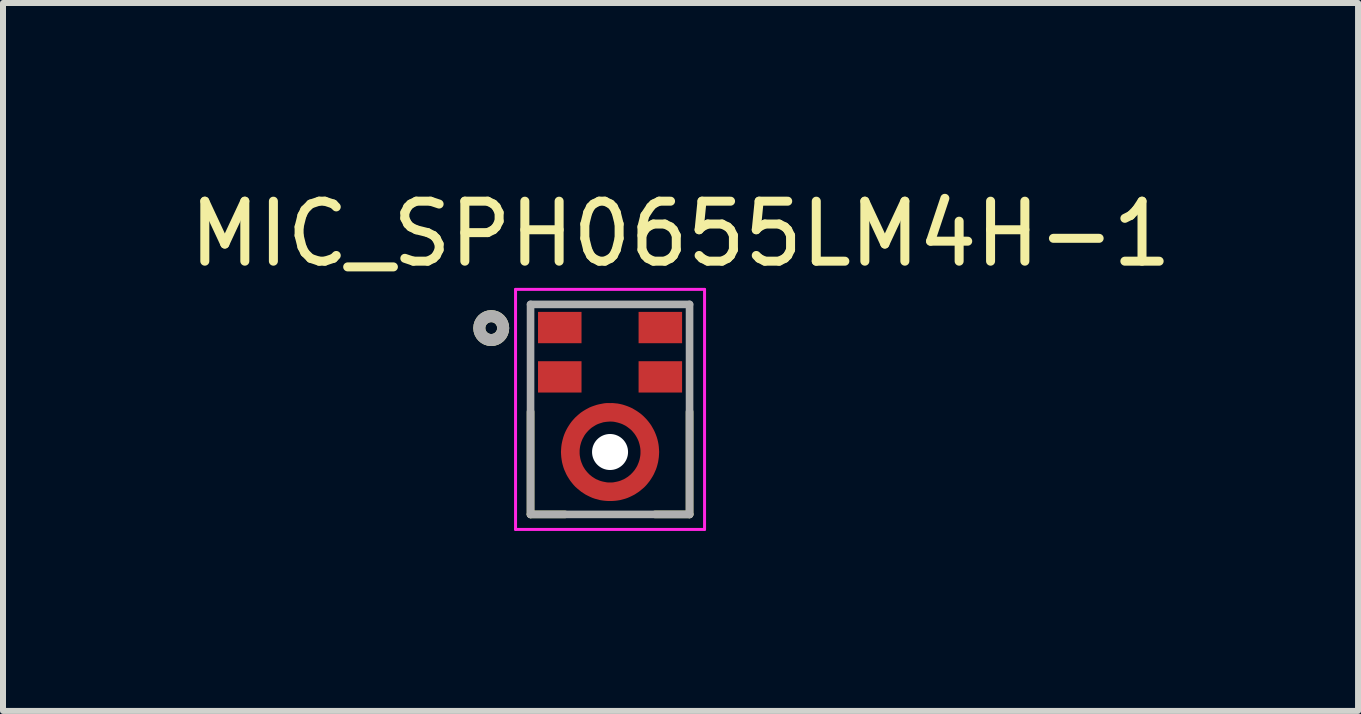
<source format=kicad_pcb>
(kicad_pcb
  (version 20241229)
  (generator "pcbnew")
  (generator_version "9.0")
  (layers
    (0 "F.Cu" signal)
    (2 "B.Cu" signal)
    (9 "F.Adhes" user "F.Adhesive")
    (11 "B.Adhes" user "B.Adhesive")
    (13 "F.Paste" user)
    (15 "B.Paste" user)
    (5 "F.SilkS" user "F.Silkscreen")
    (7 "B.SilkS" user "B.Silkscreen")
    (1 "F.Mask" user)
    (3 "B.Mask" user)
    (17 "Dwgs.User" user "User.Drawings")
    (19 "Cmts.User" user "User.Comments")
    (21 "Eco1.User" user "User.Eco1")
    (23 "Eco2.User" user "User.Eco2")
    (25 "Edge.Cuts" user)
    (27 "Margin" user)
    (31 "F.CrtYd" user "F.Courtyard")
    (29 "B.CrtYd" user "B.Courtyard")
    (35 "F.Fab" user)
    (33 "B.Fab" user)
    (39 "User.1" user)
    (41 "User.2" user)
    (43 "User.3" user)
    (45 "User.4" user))
  (footprint "MIC_SPH0655LM4H-1"
    (layer "F.Cu")
    (at 7.117 3.773)
    (property "Reference" "MIC_SPH0655LM4H-1" (at 1.175 -2.925 0) (layer "F.SilkS") (effects (font (size 1 1) (thickness 0.15))))
    (attr smd)
    (fp_circle (center 0 0.71) (end 0.456 0.71) (stroke (width 0.912) (type solid)) (fill no) (layer "F.Mask"))
    (fp_line (start -1.325 1.75) (end -1.325 0.039) (stroke (width 0.127) (type solid)) (layer "F.SilkS"))
    (fp_line (start -0.75 1.75) (end -1.325 1.75) (stroke (width 0.127) (type solid)) (layer "F.SilkS"))
    (fp_line (start 1.325 1.75) (end 0.75 1.75) (stroke (width 0.127) (type solid)) (layer "F.SilkS"))
    (fp_line (start 1.325 1.75) (end 1.325 0.039) (stroke (width 0.127) (type solid)) (layer "F.SilkS"))
    (fp_circle (center -1.98 -1.355) (end -1.881 -1.355) (stroke (width 0.2) (type solid)) (fill no) (layer "F.SilkS"))
    (fp_poly (pts (xy -0.426 0.995) (xy -0.439 0.974) (xy -0.449 0.957) (xy -0.458 0.939) (xy -0.466 0.921) (xy -0.474 0.903) (xy -0.481 0.885) (xy -0.488 0.866) (xy -0.493 0.847) (xy -0.498 0.828) (xy -0.502 0.808) (xy -0.506 0.789) (xy -0.508 0.769) (xy -0.51 0.75) (xy -0.511 0.73) (xy -0.512 0.71) (xy -0.511 0.69) (xy -0.51 0.67) (xy -0.508 0.651) (xy -0.506 0.631) (xy -0.502 0.612) (xy -0.498 0.592) (xy -0.493 0.573) (xy -0.488 0.554) (xy -0.481 0.535) (xy -0.474 0.517) (xy -0.466 0.499) (xy -0.458 0.481) (xy -0.449 0.463) (xy -0.439 0.446) (xy -0.426 0.425) (xy -0.638 0.213) (xy -0.664 0.247) (xy -0.683 0.276) (xy -0.702 0.306) (xy -0.719 0.337) (xy -0.735 0.369) (xy -0.749 0.401) (xy -0.762 0.434) (xy -0.774 0.467) (xy -0.784 0.501) (xy -0.792 0.535) (xy -0.799 0.57) (xy -0.805 0.604) (xy -0.809 0.64) (xy -0.811 0.675) (xy -0.812 0.71) (xy -0.811 0.745) (xy -0.809 0.78) (xy -0.805 0.816) (xy -0.799 0.85) (xy -0.792 0.885) (xy -0.784 0.919) (xy -0.774 0.953) (xy -0.762 0.986) (xy -0.749 1.019) (xy -0.735 1.051) (xy -0.719 1.083) (xy -0.702 1.114) (xy -0.683 1.144) (xy -0.664 1.173) (xy -0.638 1.207) (xy -0.426 0.995) (xy -0.426 0.995)) (stroke (width 0.01) (type solid)) (fill yes) (layer "F.Paste"))
    (fp_poly (pts (xy -0.285 0.284) (xy -0.271 0.276) (xy -0.254 0.265) (xy -0.237 0.256) (xy -0.218 0.247) (xy -0.2 0.239) (xy -0.181 0.231) (xy -0.162 0.225) (xy -0.143 0.219) (xy -0.124 0.213) (xy -0.104 0.209) (xy -0.085 0.205) (xy -0.065 0.202) (xy -0.045 0.2) (xy -0.025 0.199) (xy -0.004 0.198) (xy 0.016 0.199) (xy 0.036 0.2) (xy 0.056 0.201) (xy 0.076 0.204) (xy 0.095 0.207) (xy 0.115 0.211) (xy 0.135 0.216) (xy 0.154 0.222) (xy 0.173 0.228) (xy 0.192 0.235) (xy 0.21 0.243) (xy 0.228 0.252) (xy 0.246 0.261) (xy 0.264 0.271) (xy 0.285 0.284) (xy 0.497 0.072) (xy 0.474 0.054) (xy 0.444 0.033) (xy 0.413 0.014) (xy 0.382 -0.004) (xy 0.35 -0.021) (xy 0.317 -0.036) (xy 0.283 -0.05) (xy 0.249 -0.062) (xy 0.215 -0.072) (xy 0.18 -0.081) (xy 0.144 -0.089) (xy 0.108 -0.094) (xy 0.072 -0.098) (xy 0.036 -0.101) (xy 0 -0.102) (xy -0.036 -0.101) (xy -0.072 -0.098) (xy -0.108 -0.094) (xy -0.144 -0.089) (xy -0.18 -0.081) (xy -0.215 -0.072) (xy -0.249 -0.062) (xy -0.283 -0.05) (xy -0.317 -0.036) (xy -0.35 -0.021) (xy -0.382 -0.004) (xy -0.413 0.014) (xy -0.444 0.033) (xy -0.474 0.054) (xy -0.497 0.072) (xy -0.285 0.284) (xy -0.285 0.284)) (stroke (width 0.01) (type solid)) (fill yes) (layer "F.Paste"))
    (fp_poly (pts (xy 0.285 1.136) (xy 0.264 1.149) (xy 0.246 1.159) (xy 0.228 1.168) (xy 0.21 1.177) (xy 0.192 1.185) (xy 0.173 1.192) (xy 0.154 1.198) (xy 0.135 1.204) (xy 0.115 1.209) (xy 0.095 1.213) (xy 0.076 1.216) (xy 0.056 1.219) (xy 0.036 1.22) (xy 0.016 1.221) (xy -0.004 1.222) (xy -0.025 1.221) (xy -0.045 1.22) (xy -0.065 1.218) (xy -0.085 1.215) (xy -0.104 1.211) (xy -0.124 1.207) (xy -0.143 1.201) (xy -0.162 1.195) (xy -0.181 1.189) (xy -0.2 1.181) (xy -0.218 1.173) (xy -0.237 1.164) (xy -0.254 1.155) (xy -0.271 1.144) (xy -0.285 1.136) (xy -0.497 1.348) (xy -0.474 1.366) (xy -0.444 1.387) (xy -0.413 1.406) (xy -0.382 1.424) (xy -0.35 1.441) (xy -0.317 1.456) (xy -0.283 1.47) (xy -0.249 1.482) (xy -0.215 1.492) (xy -0.18 1.501) (xy -0.144 1.509) (xy -0.108 1.514) (xy -0.072 1.518) (xy -0.036 1.521) (xy 0 1.522) (xy 0.036 1.521) (xy 0.072 1.518) (xy 0.108 1.514) (xy 0.144 1.509) (xy 0.18 1.501) (xy 0.215 1.492) (xy 0.249 1.482) (xy 0.283 1.47) (xy 0.317 1.456) (xy 0.35 1.441) (xy 0.382 1.424) (xy 0.413 1.406) (xy 0.444 1.387) (xy 0.474 1.366) (xy 0.497 1.348) (xy 0.285 1.136) (xy 0.285 1.136)) (stroke (width 0.01) (type solid)) (fill yes) (layer "F.Paste"))
    (fp_poly (pts (xy 0.426 0.425) (xy 0.439 0.446) (xy 0.449 0.464) (xy 0.458 0.482) (xy 0.467 0.5) (xy 0.475 0.518) (xy 0.482 0.537) (xy 0.488 0.556) (xy 0.494 0.575) (xy 0.499 0.595) (xy 0.503 0.615) (xy 0.506 0.634) (xy 0.509 0.654) (xy 0.51 0.674) (xy 0.511 0.694) (xy 0.512 0.714) (xy 0.511 0.735) (xy 0.51 0.755) (xy 0.508 0.775) (xy 0.505 0.795) (xy 0.501 0.814) (xy 0.497 0.834) (xy 0.491 0.853) (xy 0.485 0.872) (xy 0.479 0.891) (xy 0.471 0.91) (xy 0.463 0.928) (xy 0.454 0.947) (xy 0.445 0.964) (xy 0.434 0.981) (xy 0.426 0.995) (xy 0.638 1.207) (xy 0.656 1.184) (xy 0.677 1.154) (xy 0.696 1.123) (xy 0.714 1.092) (xy 0.731 1.06) (xy 0.746 1.027) (xy 0.76 0.993) (xy 0.772 0.959) (xy 0.782 0.925) (xy 0.791 0.89) (xy 0.799 0.854) (xy 0.804 0.818) (xy 0.808 0.782) (xy 0.811 0.746) (xy 0.812 0.71) (xy 0.811 0.674) (xy 0.808 0.638) (xy 0.804 0.602) (xy 0.799 0.566) (xy 0.791 0.53) (xy 0.782 0.495) (xy 0.772 0.461) (xy 0.76 0.427) (xy 0.746 0.393) (xy 0.731 0.36) (xy 0.714 0.328) (xy 0.696 0.297) (xy 0.677 0.266) (xy 0.656 0.236) (xy 0.638 0.213) (xy 0.426 0.425) (xy 0.426 0.425)) (stroke (width 0.01) (type solid)) (fill yes) (layer "F.Paste"))
    (fp_line (start -1.575 -2) (end -1.575 2) (stroke (width 0.05) (type solid)) (layer "F.CrtYd"))
    (fp_line (start -1.575 2) (end 1.575 2) (stroke (width 0.05) (type solid)) (layer "F.CrtYd"))
    (fp_line (start 1.575 -2) (end -1.575 -2) (stroke (width 0.05) (type solid)) (layer "F.CrtYd"))
    (fp_line (start 1.575 2) (end 1.575 -2) (stroke (width 0.05) (type solid)) (layer "F.CrtYd"))
    (fp_line (start -1.325 -1.75) (end 1.325 -1.75) (stroke (width 0.127) (type solid)) (layer "F.Fab"))
    (fp_line (start -1.325 1.75) (end -1.325 -1.75) (stroke (width 0.127) (type solid)) (layer "F.Fab"))
    (fp_line (start 1.325 -1.75) (end 1.325 1.75) (stroke (width 0.127) (type solid)) (layer "F.Fab"))
    (fp_line (start 1.325 1.75) (end -1.325 1.75) (stroke (width 0.127) (type solid)) (layer "F.Fab"))
    (fp_circle (center -1.98 -1.355) (end -1.881 -1.355) (stroke (width 0.2) (type solid)) (fill no) (layer "F.Fab"))
    (pad "" np_thru_hole circle (at 0 0.71) (size 0.6 0.6) (drill 0.6) (layers "*.Cu" "*.Mask"))
    (pad "1" smd rect (at -0.838 -1.364) (size 0.725 0.522) (layers "F.Cu" "F.Mask" "F.Paste"))
    (pad "2" smd rect (at -0.838 -0.542) (size 0.725 0.522) (layers "F.Cu" "F.Mask" "F.Paste"))
    (pad "3" smd custom (at 0 1.373) (size 0.1 0.1) (layers "F.Cu") (options (anchor rect)) (primitives (gr_poly (pts (xy 0 -0.15) (xy 0.027 -0.15) (xy 0.054 -0.152) (xy 0.08 -0.157) (xy 0.107 -0.162) (xy 0.133 -0.168) (xy 0.158 -0.175) (xy 0.184 -0.184) (xy 0.208 -0.195) (xy 0.233 -0.205) (xy 0.256 -0.218) (xy 0.279 -0.233) (xy 0.301 -0.247) (xy 0.323 -0.265) (xy 0.343 -0.281) (xy 0.362 -0.3) (xy 0.381 -0.32) (xy 0.398 -0.34) (xy 0.415 -0.361) (xy 0.43 -0.384) (xy 0.444 -0.406) (xy 0.457 -0.429) (xy 0.468 -0.455) (xy 0.478 -0.478) (xy 0.487 -0.504) (xy 0.495 -0.529) (xy 0.501 -0.555) (xy 0.506 -0.583) (xy 0.51 -0.609) (xy 0.512 -0.635) (xy 0.512 -0.662) (xy 0.512 -0.667) (xy 0.512 -0.69) (xy 0.51 -0.717) (xy 0.506 -0.744) (xy 0.501 -0.769) (xy 0.495 -0.795) (xy 0.487 -0.822) (xy 0.479 -0.847) (xy 0.468 -0.872) (xy 0.457 -0.895) (xy 0.444 -0.919) (xy 0.43 -0.942) (xy 0.415 -0.964) (xy 0.398 -0.986) (xy 0.381 -1.006) (xy 0.363 -1.026) (xy 0.343 -1.044) (xy 0.323 -1.06) (xy 0.301 -1.077) (xy 0.279 -1.093) (xy 0.257 -1.107) (xy 0.233 -1.119) (xy 0.209 -1.131) (xy 0.184 -1.141) (xy 0.159 -1.149) (xy 0.133 -1.157) (xy 0.107 -1.163) (xy 0.081 -1.169) (xy 0.054 -1.173) (xy 0.027 -1.175) (xy 0.005 -1.175) (xy 0.005 -1.474) (xy 0.041 -1.474) (xy 0.083 -1.47) (xy 0.125 -1.466) (xy 0.167 -1.458) (xy 0.209 -1.448) (xy 0.25 -1.435) (xy 0.29 -1.421) (xy 0.329 -1.405) (xy 0.368 -1.387) (xy 0.405 -1.365) (xy 0.442 -1.343) (xy 0.477 -1.319) (xy 0.511 -1.294) (xy 0.543 -1.266) (xy 0.574 -1.236) (xy 0.603 -1.206) (xy 0.631 -1.173) (xy 0.657 -1.139) (xy 0.681 -1.105) (xy 0.703 -1.067) (xy 0.724 -1.03) (xy 0.742 -0.992) (xy 0.758 -0.953) (xy 0.773 -0.912) (xy 0.785 -0.872) (xy 0.795 -0.83) (xy 0.803 -0.787) (xy 0.808 -0.746) (xy 0.811 -0.704) (xy 0.813 -0.667) (xy 0.813 -0.662) (xy 0.811 -0.62) (xy 0.808 -0.578) (xy 0.802 -0.535) (xy 0.795 -0.493) (xy 0.785 -0.453) (xy 0.773 -0.411) (xy 0.759 -0.371) (xy 0.742 -0.333) (xy 0.724 -0.293) (xy 0.704 -0.257) (xy 0.681 -0.22) (xy 0.657 -0.184) (xy 0.631 -0.151) (xy 0.604 -0.118) (xy 0.575 -0.087) (xy 0.544 -0.059) (xy 0.511 -0.032) (xy 0.478 -0.005) (xy 0.443 0.018) (xy 0.406 0.042) (xy 0.369 0.061) (xy 0.33 0.08) (xy 0.291 0.097) (xy 0.251 0.111) (xy 0.21 0.122) (xy 0.169 0.133) (xy 0.127 0.14) (xy 0.085 0.145) (xy 0.043 0.148) (xy 0 0.149) (xy -0.043 0.148) (xy -0.085 0.145) (xy -0.127 0.14) (xy -0.169 0.133) (xy -0.21 0.122) (xy -0.251 0.111) (xy -0.291 0.097) (xy -0.33 0.08) (xy -0.369 0.061) (xy -0.406 0.042) (xy -0.443 0.018) (xy -0.478 -0.005) (xy -0.511 -0.032) (xy -0.544 -0.059) (xy -0.575 -0.087) (xy -0.604 -0.118) (xy -0.631 -0.151) (xy -0.657 -0.184) (xy -0.681 -0.22) (xy -0.704 -0.257) (xy -0.724 -0.293) (xy -0.742 -0.333) (xy -0.759 -0.371) (xy -0.773 -0.411) (xy -0.785 -0.453) (xy -0.795 -0.493) (xy -0.802 -0.535) (xy -0.808 -0.578) (xy -0.811 -0.62) (xy -0.813 -0.662) (xy -0.813 -0.667) (xy -0.811 -0.703) (xy -0.808 -0.745) (xy -0.803 -0.786) (xy -0.795 -0.828) (xy -0.785 -0.869) (xy -0.774 -0.909) (xy -0.76 -0.95) (xy -0.744 -0.989) (xy -0.726 -1.026) (xy -0.706 -1.063) (xy -0.684 -1.099) (xy -0.66 -1.135) (xy -0.635 -1.169) (xy -0.608 -1.2) (xy -0.579 -1.232) (xy -0.549 -1.26) (xy -0.517 -1.288) (xy -0.484 -1.315) (xy -0.449 -1.339) (xy -0.413 -1.361) (xy -0.377 -1.381) (xy -0.339 -1.401) (xy -0.3 -1.417) (xy -0.26 -1.431) (xy -0.22 -1.444) (xy -0.179 -1.454) (xy -0.138 -1.462) (xy -0.096 -1.47) (xy -0.054 -1.474) (xy -0.005 -1.474) (xy -0.005 -1.175) (xy -0.036 -1.173) (xy -0.062 -1.171) (xy -0.089 -1.167) (xy -0.115 -1.163) (xy -0.14 -1.155) (xy -0.166 -1.147) (xy -0.19 -1.139) (xy -0.215 -1.129) (xy -0.239 -1.117) (xy -0.262 -1.103) (xy -0.284 -1.089) (xy -0.306 -1.075) (xy -0.327 -1.058) (xy -0.347 -1.04) (xy -0.366 -1.022) (xy -0.384 -1.002) (xy -0.401 -0.983) (xy -0.417 -0.962) (xy -0.432 -0.94) (xy -0.445 -0.916) (xy -0.458 -0.893) (xy -0.469 -0.87) (xy -0.479 -0.845) (xy -0.488 -0.82) (xy -0.495 -0.794) (xy -0.502 -0.768) (xy -0.506 -0.743) (xy -0.51 -0.716) (xy -0.512 -0.69) (xy -0.512 -0.667) (xy -0.512 -0.662) (xy -0.512 -0.635) (xy -0.51 -0.609) (xy -0.506 -0.583) (xy -0.501 -0.555) (xy -0.495 -0.529) (xy -0.487 -0.504) (xy -0.478 -0.478) (xy -0.468 -0.455) (xy -0.457 -0.429) (xy -0.444 -0.406) (xy -0.43 -0.384) (xy -0.415 -0.361) (xy -0.398 -0.34) (xy -0.381 -0.32) (xy -0.362 -0.3) (xy -0.343 -0.281) (xy -0.323 -0.265) (xy -0.301 -0.247) (xy -0.279 -0.233) (xy -0.256 -0.218) (xy -0.233 -0.205) (xy -0.208 -0.195) (xy -0.184 -0.184) (xy -0.158 -0.175) (xy -0.133 -0.168) (xy -0.107 -0.162) (xy -0.08 -0.157) (xy -0.054 -0.152) (xy -0.027 -0.15) (xy 0 -0.15) (xy 0 -0.15)) (width 0.01) (fill yes))))
    (pad "4" smd rect (at 0.838 -0.542) (size 0.725 0.522) (layers "F.Cu" "F.Mask" "F.Paste"))
    (pad "5" smd rect (at 0.838 -1.364) (size 0.725 0.522) (layers "F.Cu" "F.Mask" "F.Paste")))
  (gr_rect
    (start -3 -3)
    (end 19.583 8.798)
    (stroke (width 0.1) (type default))
    (fill no)
    (layer "Edge.Cuts")))
</source>
